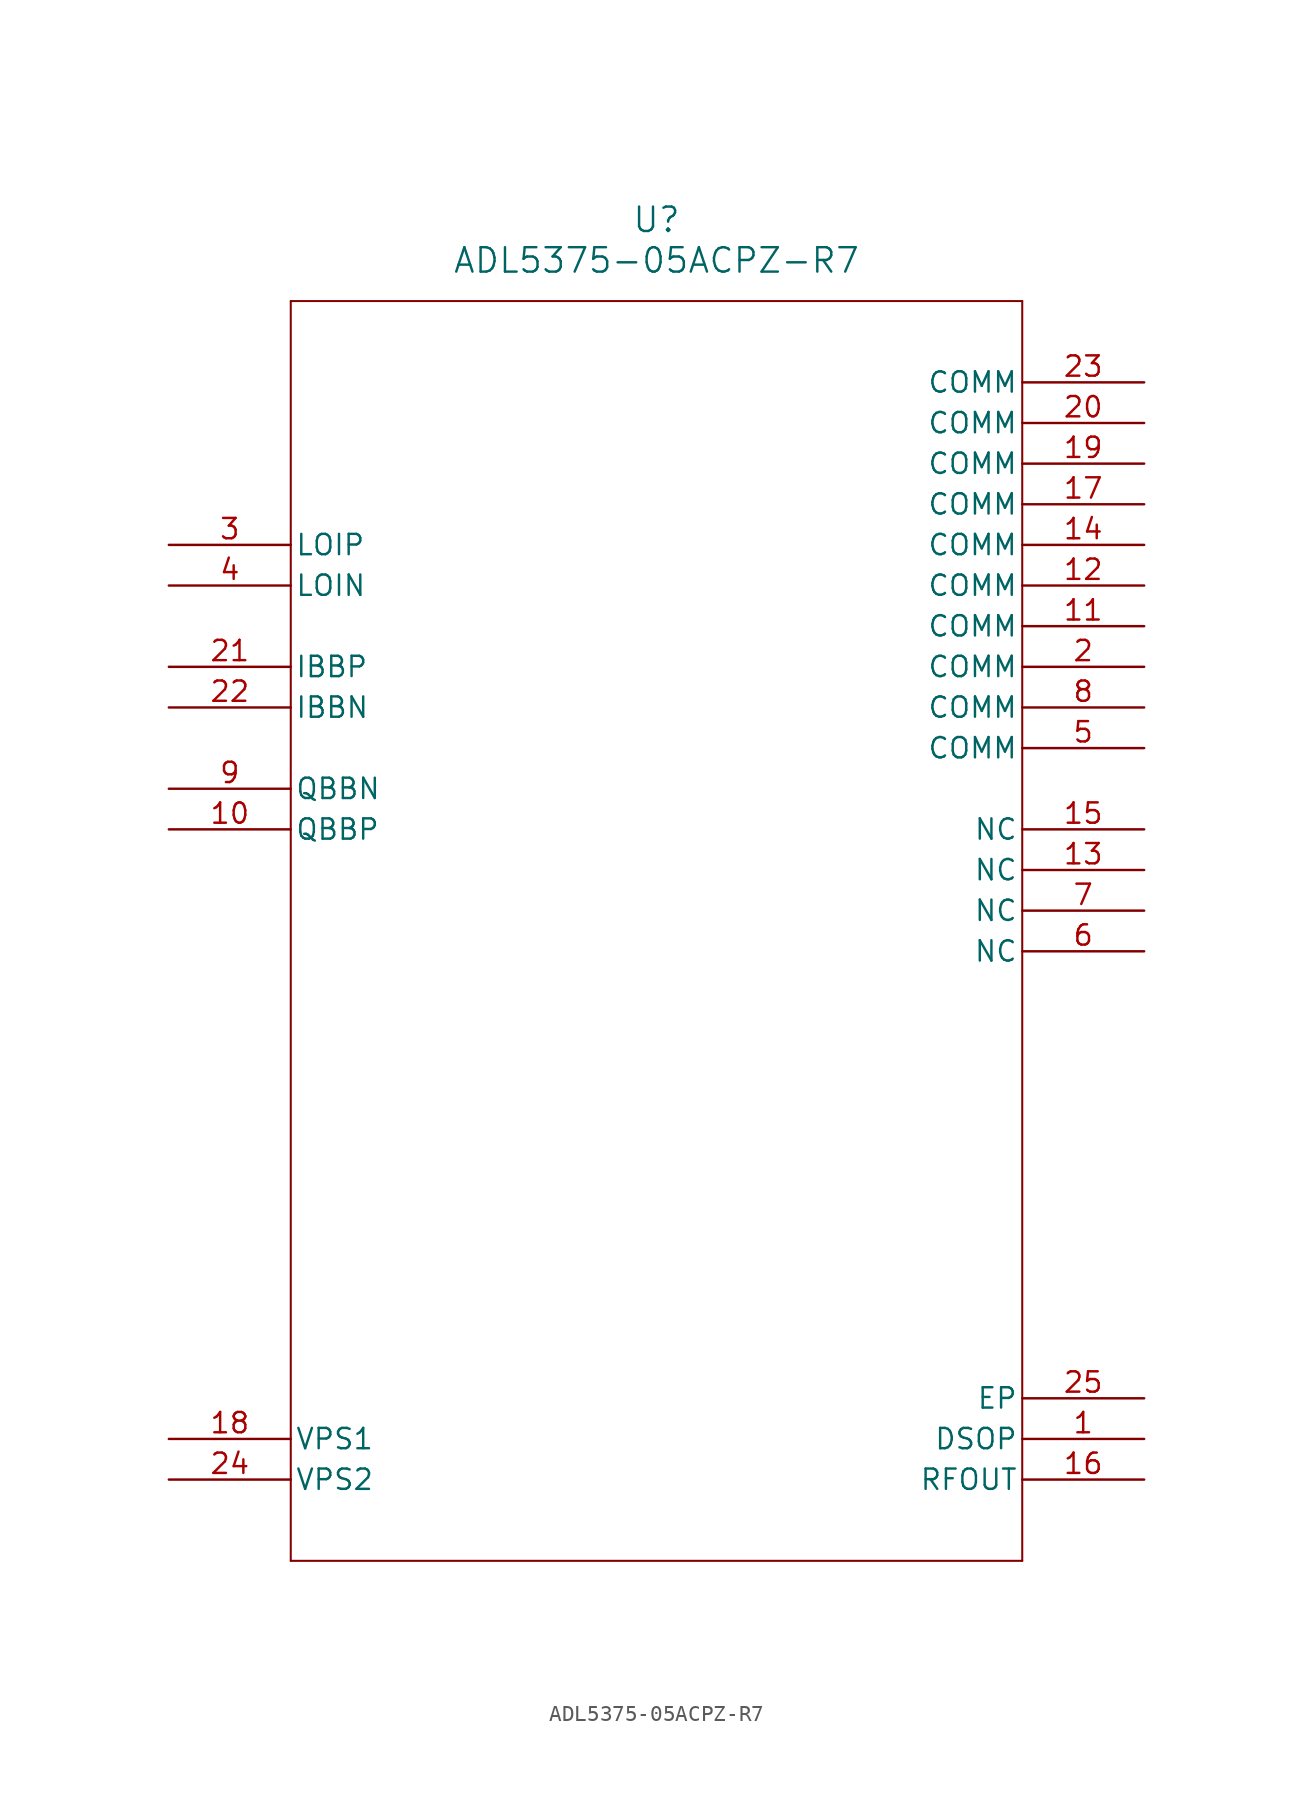
<source format=kicad_sym>
(kicad_symbol_lib
  (version 20211014)
  (generator kicad_symbol_editor)
  (symbol "ADL5375-05ACPZ-R7"
    (pin_names
      (offset 0.254))
    (property "Reference" "U"
      (at 30.48 20.32 0)
      (effects (font (size 1.524 1.524))))
    (property "Value" "ADL5375-05ACPZ-R7"
      (at 30.48 17.78 0)
      (effects (font (size 1.524 1.524))))
    (symbol "ADL5375-05ACPZ-R7_0_1"
      (polyline (pts (xy 7.62 15.24) (xy 7.62 -63.5)) (stroke (width 0.127) (type default) (color 0 0 0 0)) (fill (type none)))
      (polyline (pts (xy 7.62 -63.5) (xy 53.34 -63.5)) (stroke (width 0.127) (type default) (color 0 0 0 0)) (fill (type none)))
      (polyline (pts (xy 53.34 -63.5) (xy 53.34 15.24)) (stroke (width 0.127) (type default) (color 0 0 0 0)) (fill (type none)))
      (polyline (pts (xy 53.34 15.24) (xy 7.62 15.24)) (stroke (width 0.127) (type default) (color 0 0 0 0)) (fill (type none)))
      (pin unspecified line (at 60.96 10.16 180) (length 7.62) (name "COMM" (effects (font (size 1.27 1.27)))) (number "23" (effects (font (size 1.27 1.27)))))
      (pin unspecified line (at 60.96 7.62 180) (length 7.62) (name "COMM" (effects (font (size 1.27 1.27)))) (number "20" (effects (font (size 1.27 1.27)))))
      (pin unspecified line (at 60.96 -10.16 180) (length 7.62) (name "COMM" (effects (font (size 1.27 1.27)))) (number "8" (effects (font (size 1.27 1.27)))))
      (pin unspecified line (at 60.96 -12.7 180) (length 7.62) (name "COMM" (effects (font (size 1.27 1.27)))) (number "5" (effects (font (size 1.27 1.27)))))
      (pin unspecified line (at 60.96 5.08 180) (length 7.62) (name "COMM" (effects (font (size 1.27 1.27)))) (number "19" (effects (font (size 1.27 1.27)))))
      (pin unspecified line (at 60.96 -7.62 180) (length 7.62) (name "COMM" (effects (font (size 1.27 1.27)))) (number "2" (effects (font (size 1.27 1.27)))))
      (pin unspecified line (at 60.96 2.54 180) (length 7.62) (name "COMM" (effects (font (size 1.27 1.27)))) (number "17" (effects (font (size 1.27 1.27)))))
      (pin unspecified line (at 60.96 0 180) (length 7.62) (name "COMM" (effects (font (size 1.27 1.27)))) (number "14" (effects (font (size 1.27 1.27)))))
      (pin unspecified line (at 60.96 -2.54 180) (length 7.62) (name "COMM" (effects (font (size 1.27 1.27)))) (number "12" (effects (font (size 1.27 1.27)))))
      (pin unspecified line (at 60.96 -5.08 180) (length 7.62) (name "COMM" (effects (font (size 1.27 1.27)))) (number "11" (effects (font (size 1.27 1.27)))))
      (pin unspecified line (at 60.96 -55.88 180) (length 7.62) (name "DSOP" (effects (font (size 1.27 1.27)))) (number "1" (effects (font (size 1.27 1.27)))))
      (pin unspecified line (at 60.96 -53.34 180) (length 7.62) (name "EP" (effects (font (size 1.27 1.27)))) (number "25" (effects (font (size 1.27 1.27)))))
      (pin unspecified line (at 0 -10.16 0) (length 7.62) (name "IBBN" (effects (font (size 1.27 1.27)))) (number "22" (effects (font (size 1.27 1.27)))))
      (pin unspecified line (at 0 -7.62 0) (length 7.62) (name "IBBP" (effects (font (size 1.27 1.27)))) (number "21" (effects (font (size 1.27 1.27)))))
      (pin unspecified line (at 0 -2.54 0) (length 7.62) (name "LOIN" (effects (font (size 1.27 1.27)))) (number "4" (effects (font (size 1.27 1.27)))))
      (pin unspecified line (at 0 0 0) (length 7.62) (name "LOIP" (effects (font (size 1.27 1.27)))) (number "3" (effects (font (size 1.27 1.27)))))
      (pin unspecified line (at 60.96 -25.4 180) (length 7.62) (name "NC" (effects (font (size 1.27 1.27)))) (number "6" (effects (font (size 1.27 1.27)))))
      (pin unspecified line (at 60.96 -22.86 180) (length 7.62) (name "NC" (effects (font (size 1.27 1.27)))) (number "7" (effects (font (size 1.27 1.27)))))
      (pin unspecified line (at 60.96 -20.32 180) (length 7.62) (name "NC" (effects (font (size 1.27 1.27)))) (number "13" (effects (font (size 1.27 1.27)))))
      (pin unspecified line (at 60.96 -17.78 180) (length 7.62) (name "NC" (effects (font (size 1.27 1.27)))) (number "15" (effects (font (size 1.27 1.27)))))
      (pin unspecified line (at 0 -15.24 0) (length 7.62) (name "QBBN" (effects (font (size 1.27 1.27)))) (number "9" (effects (font (size 1.27 1.27)))))
      (pin unspecified line (at 0 -17.78 0) (length 7.62) (name "QBBP" (effects (font (size 1.27 1.27)))) (number "10" (effects (font (size 1.27 1.27)))))
      (pin unspecified line (at 60.96 -58.42 180) (length 7.62) (name "RFOUT" (effects (font (size 1.27 1.27)))) (number "16" (effects (font (size 1.27 1.27)))))
      (pin power_in line (at 0 -55.88 0) (length 7.62) (name "VPS1" (effects (font (size 1.27 1.27)))) (number "18" (effects (font (size 1.27 1.27)))))
      (pin power_in line (at 0 -58.42 0) (length 7.62) (name "VPS2" (effects (font (size 1.27 1.27)))) (number "24" (effects (font (size 1.27 1.27))))))))
</source>
